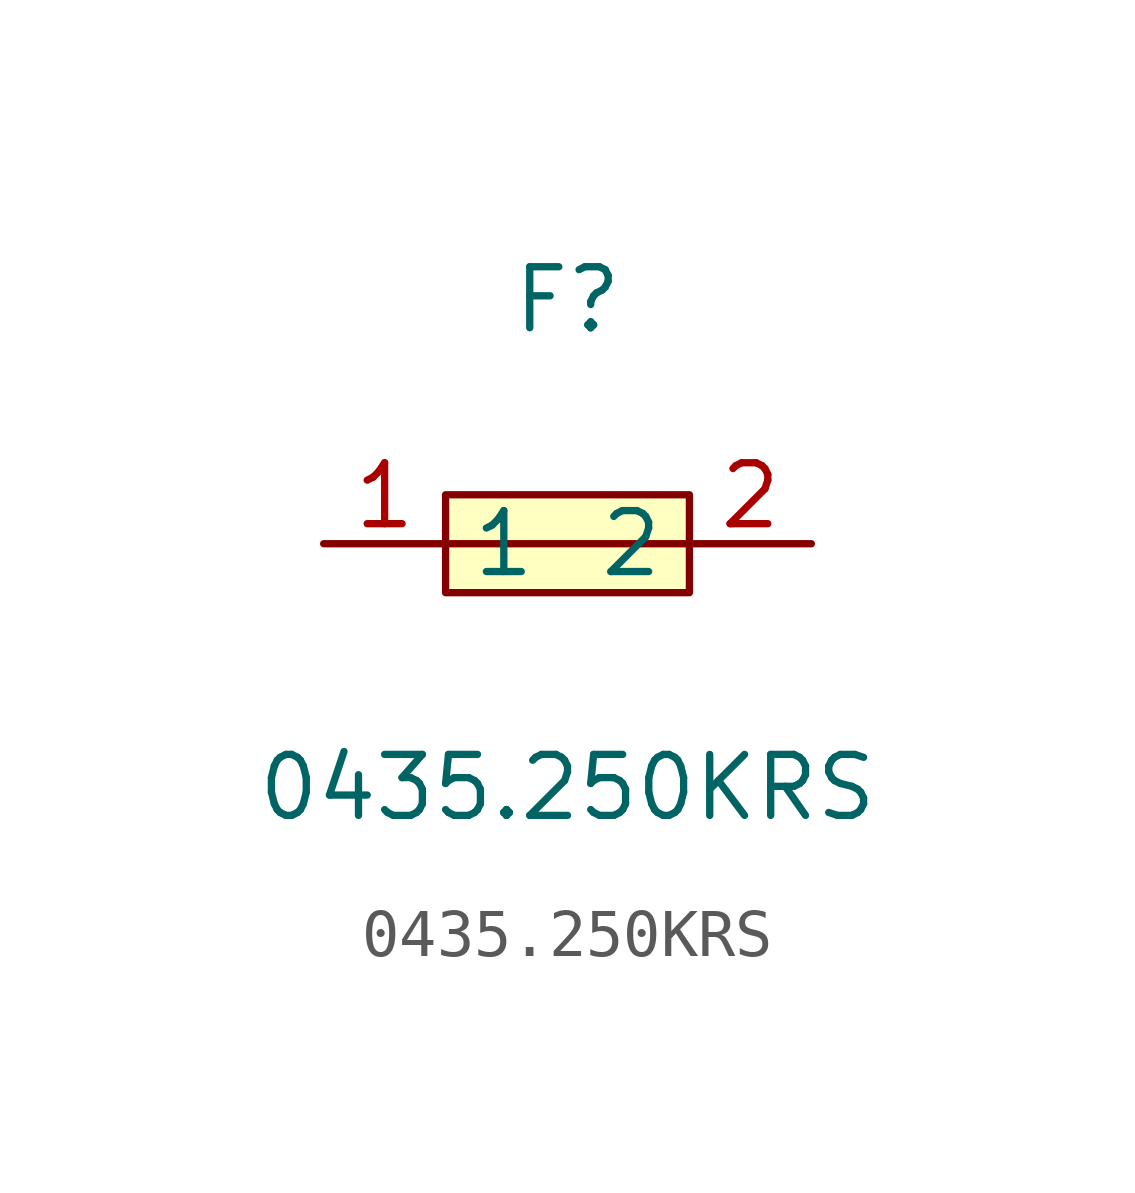
<source format=kicad_sym>
(kicad_symbol_lib
  (version 20241209)
  (generator "kicad_symbol_editor")
  (generator_version "9.0")
  (symbol "0435.250KRS"
    (property "Reference" "F"
      (at 0 5.08 0)
      (effects (font (size 1.27 1.27))))
    (property "Value" "0435.250KRS"
      (at 0 -5.08 0)
      (effects (font (size 1.27 1.27))))
    (symbol "0435.250KRS_0_1"
      (rectangle (start -2.54 1.02) (end 2.54 -1.02) (stroke (width 0) (type default)) (fill (type background)))
      (polyline (pts (xy -2.54 0) (xy 2.54 0)) (stroke (width 0) (type default)) (fill (type none)))
      (pin unspecified line (at -5.08 0 0) (length 2.54) (name "1" (effects (font (size 1.27 1.27)))) (number "1" (effects (font (size 1.27 1.27)))))
      (pin unspecified line (at 5.08 0 180) (length 2.54) (name "2" (effects (font (size 1.27 1.27)))) (number "2" (effects (font (size 1.27 1.27))))))))
</source>
